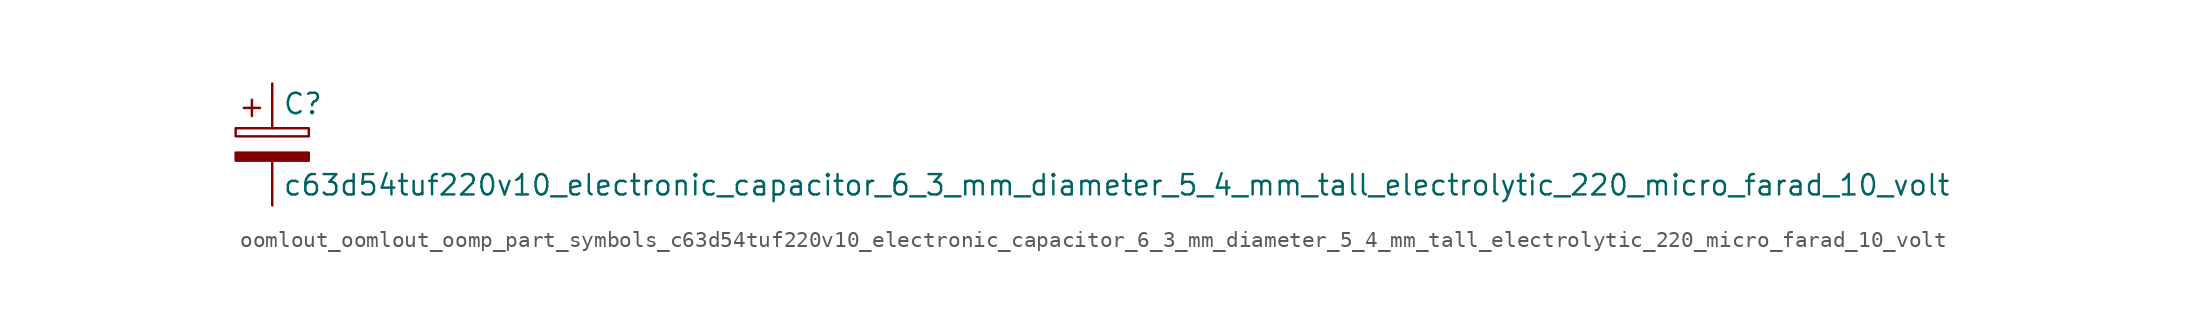
<source format=kicad_sym>
(kicad_symbol_lib
  (version 20220914)
  (generator kicad_symbol_editor)
  (symbol "oomlout_oomlout_oomp_part_symbols_c63d54tuf220v10_electronic_capacitor_6_3_mm_diameter_5_4_mm_tall_electrolytic_220_micro_farad_10_volt"
    (pin_numbers hide)
    (pin_names
      (offset 0.254))
    (property "Reference" "C"
      (at 0.635 2.54 0)
      (effects (font (size 1.27 1.27)) (justify left)))
    (property "Value" "c63d54tuf220v10_electronic_capacitor_6_3_mm_diameter_5_4_mm_tall_electrolytic_220_micro_farad_10_volt"
      (at 0.635 -2.54 0)
      (effects (font (size 1.27 1.27)) (justify left)))
    (symbol "oomlout_oomlout_oomp_part_symbols_c63d54tuf220v10_electronic_capacitor_6_3_mm_diameter_5_4_mm_tall_electrolytic_220_micro_farad_10_volt_0_1"
      (rectangle (start -2.286 0.508) (end 2.286 1.016) (stroke (width 0) (type default)) (fill (type none)))
      (polyline (pts (xy -1.778 2.286) (xy -0.762 2.286)) (stroke (width 0) (type default)) (fill (type none)))
      (polyline (pts (xy -1.27 2.794) (xy -1.27 1.778)) (stroke (width 0) (type default)) (fill (type none)))
      (rectangle (start 2.286 -0.508) (end -2.286 -1.016) (stroke (width 0) (type default)) (fill (type outline))))
    (symbol "oomlout_oomlout_oomp_part_symbols_c63d54tuf220v10_electronic_capacitor_6_3_mm_diameter_5_4_mm_tall_electrolytic_220_micro_farad_10_volt_1_1"
      (pin passive line (at 0 3.81 270) (length 2.794) (name "~" (effects (font (size 1.27 1.27)))) (number "1" (effects (font (size 1.27 1.27)))))
      (pin passive line (at 0 -3.81 90) (length 2.794) (name "~" (effects (font (size 1.27 1.27)))) (number "2" (effects (font (size 1.27 1.27))))))))
</source>
